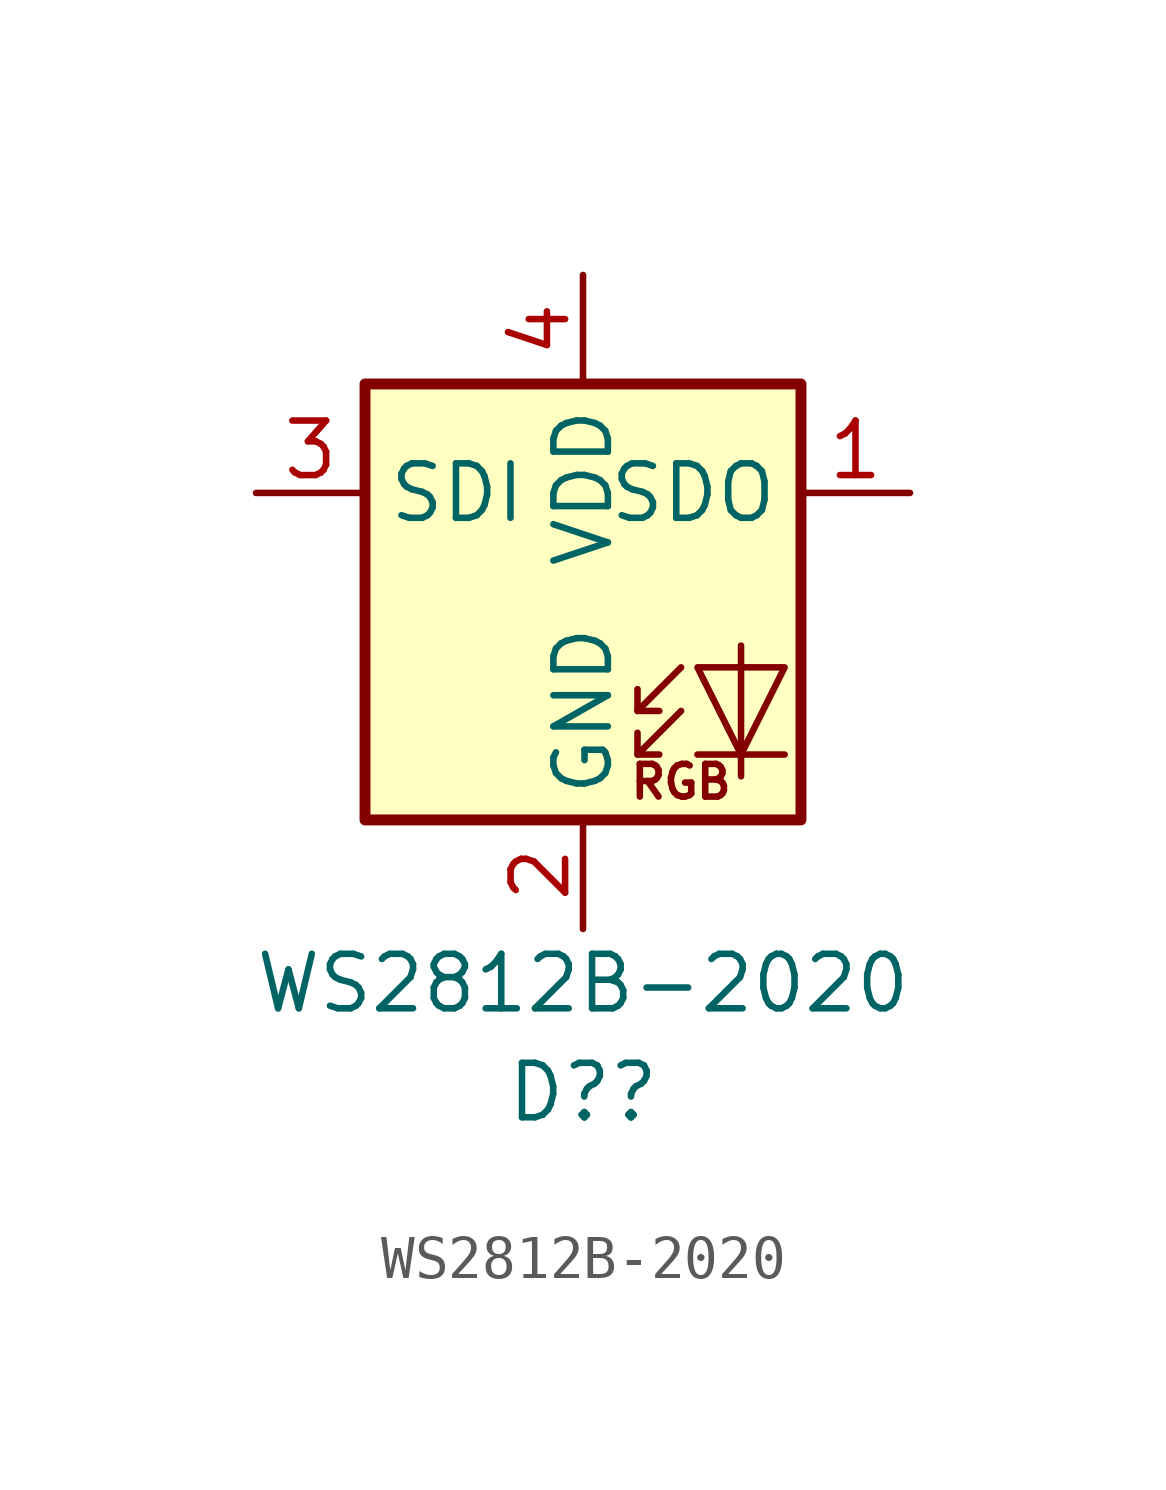
<source format=kicad_sym>
(kicad_symbol_lib
  (version 20201005)
  (generator kicad_symbol_editor)
  (symbol "blackwing:WS2812B-2020"
    (property "Reference" "D?"
      (at 0 -11.43 0)
      (effects (font (size 1.27 1.27))))
    (property "Value" "WS2812B-2020"
      (at 0 -8.89 0)
      (effects (font (size 1.27 1.27))))
    (symbol "WS2812B-2020_0_0"
      (text "RGB" (at 2.286 -4.191 0) (effects (font (size 0.762 0.762)))))
    (symbol "WS2812B-2020_0_1"
      (rectangle (start 5.08 5.08) (end -5.08 -5.08) (stroke (width 0.254)) (fill (type background)))
      (polyline (pts (xy 1.27 -3.556) (xy 1.778 -3.556)) (stroke (width 0)) (fill (type none)))
      (polyline (pts (xy 1.27 -2.54) (xy 1.778 -2.54)) (stroke (width 0)) (fill (type none)))
      (polyline (pts (xy 4.699 -3.556) (xy 2.667 -3.556)) (stroke (width 0)) (fill (type none)))
      (polyline (pts (xy 2.286 -2.54) (xy 1.27 -3.556) (xy 1.27 -3.048)) (stroke (width 0)) (fill (type none)))
      (polyline (pts (xy 2.286 -1.524) (xy 1.27 -2.54) (xy 1.27 -2.032)) (stroke (width 0)) (fill (type none)))
      (polyline (pts (xy 3.683 -1.016) (xy 3.683 -3.556) (xy 3.683 -4.064)) (stroke (width 0)) (fill (type none)))
      (polyline (pts (xy 4.699 -1.524) (xy 2.667 -1.524) (xy 3.683 -3.556) (xy 4.699 -1.524)) (stroke (width 0)) (fill (type none))))
    (symbol "WS2812B-2020_1_1"
      (pin output line (at 7.62 2.54 180) (length 2.54) (name "SDO" (effects (font (size 1.27 1.27)))) (number "1" (effects (font (size 1.27 1.27)))))
      (pin power_in line (at 0 -7.62 90) (length 2.54) (name "GND" (effects (font (size 1.27 1.27)))) (number "2" (effects (font (size 1.27 1.27)))))
      (pin input line (at -7.62 2.54 0) (length 2.54) (name "SDI" (effects (font (size 1.27 1.27)))) (number "3" (effects (font (size 1.27 1.27)))))
      (pin power_in line (at 0 7.62 270) (length 2.54) (name "VDD" (effects (font (size 1.27 1.27)))) (number "4" (effects (font (size 1.27 1.27))))))))
</source>
